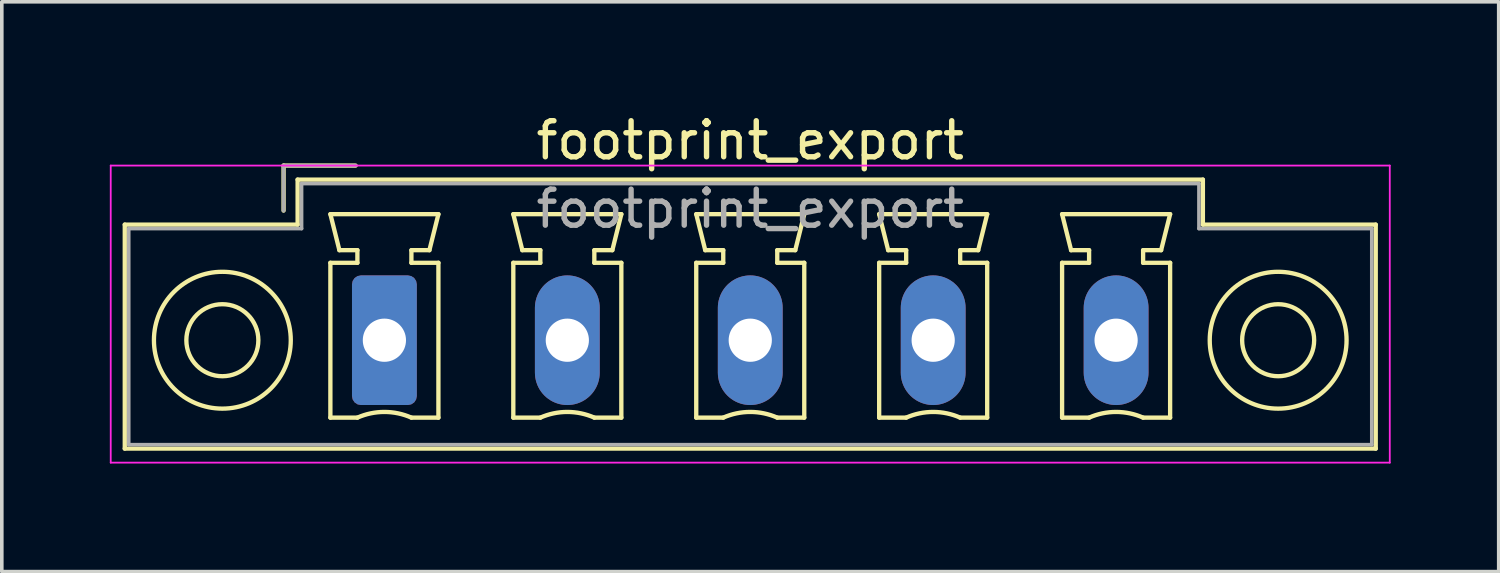
<source format=kicad_pcb>
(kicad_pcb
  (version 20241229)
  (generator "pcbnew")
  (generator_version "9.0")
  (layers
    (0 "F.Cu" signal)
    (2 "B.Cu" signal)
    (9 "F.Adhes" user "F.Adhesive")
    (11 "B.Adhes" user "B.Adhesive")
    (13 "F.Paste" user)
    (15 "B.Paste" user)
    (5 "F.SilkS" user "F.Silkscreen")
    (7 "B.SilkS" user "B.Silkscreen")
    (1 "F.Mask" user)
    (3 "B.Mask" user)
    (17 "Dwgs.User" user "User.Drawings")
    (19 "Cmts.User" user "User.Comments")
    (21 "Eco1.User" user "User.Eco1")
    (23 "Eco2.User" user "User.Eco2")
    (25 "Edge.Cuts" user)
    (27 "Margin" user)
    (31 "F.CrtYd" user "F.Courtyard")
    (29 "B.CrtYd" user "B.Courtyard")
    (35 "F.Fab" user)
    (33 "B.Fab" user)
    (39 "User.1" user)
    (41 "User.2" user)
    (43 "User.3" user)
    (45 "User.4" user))
  (footprint "footprint_export"
    (layer "F.Cu")
    (at 7.625 6.398)
    (property "Reference" "footprint_export" (at 10.16 -5.55 0) (layer "F.SilkS") (effects (font (size 1 1) (thickness 0.15))))
    (attr through_hole)
    (fp_line (start -7.21 -3.21) (end -7.21 3.01) (stroke (width 0.12) (type solid)) (layer "F.SilkS"))
    (fp_line (start -7.21 3.01) (end 27.53 3.01) (stroke (width 0.12) (type solid)) (layer "F.SilkS"))
    (fp_line (start -2.8 -4.85) (end -0.8 -4.85) (stroke (width 0.12) (type solid)) (layer "F.SilkS"))
    (fp_line (start -2.8 -3.6) (end -2.8 -4.85) (stroke (width 0.12) (type solid)) (layer "F.SilkS"))
    (fp_line (start -2.41 -4.46) (end -2.41 -3.21) (stroke (width 0.12) (type solid)) (layer "F.SilkS"))
    (fp_line (start -2.41 -3.21) (end -7.21 -3.21) (stroke (width 0.12) (type solid)) (layer "F.SilkS"))
    (fp_line (start -1.5 -3.5) (end 1.5 -3.5) (stroke (width 0.12) (type solid)) (layer "F.SilkS"))
    (fp_line (start -1.5 -2.15) (end -0.75 -2.15) (stroke (width 0.12) (type solid)) (layer "F.SilkS"))
    (fp_line (start -1.5 2.15) (end -1.5 -2.15) (stroke (width 0.12) (type solid)) (layer "F.SilkS"))
    (fp_line (start -1.25 -2.5) (end -1.5 -3.5) (stroke (width 0.12) (type solid)) (layer "F.SilkS"))
    (fp_line (start -0.75 -2.5) (end -1.25 -2.5) (stroke (width 0.12) (type solid)) (layer "F.SilkS"))
    (fp_line (start -0.75 -2.15) (end -0.75 -2.5) (stroke (width 0.12) (type solid)) (layer "F.SilkS"))
    (fp_line (start -0.75 2.15) (end -1.5 2.15) (stroke (width 0.12) (type solid)) (layer "F.SilkS"))
    (fp_line (start 0.75 -2.5) (end 0.75 -2.15) (stroke (width 0.12) (type solid)) (layer "F.SilkS"))
    (fp_line (start 0.75 -2.15) (end 1.5 -2.15) (stroke (width 0.12) (type solid)) (layer "F.SilkS"))
    (fp_line (start 1.25 -2.5) (end 0.75 -2.5) (stroke (width 0.12) (type solid)) (layer "F.SilkS"))
    (fp_line (start 1.5 -3.5) (end 1.25 -2.5) (stroke (width 0.12) (type solid)) (layer "F.SilkS"))
    (fp_line (start 1.5 -2.15) (end 1.5 2.15) (stroke (width 0.12) (type solid)) (layer "F.SilkS"))
    (fp_line (start 1.5 2.15) (end 0.75 2.15) (stroke (width 0.12) (type solid)) (layer "F.SilkS"))
    (fp_line (start 3.58 -3.5) (end 6.58 -3.5) (stroke (width 0.12) (type solid)) (layer "F.SilkS"))
    (fp_line (start 3.58 -2.15) (end 4.33 -2.15) (stroke (width 0.12) (type solid)) (layer "F.SilkS"))
    (fp_line (start 3.58 2.15) (end 3.58 -2.15) (stroke (width 0.12) (type solid)) (layer "F.SilkS"))
    (fp_line (start 3.83 -2.5) (end 3.58 -3.5) (stroke (width 0.12) (type solid)) (layer "F.SilkS"))
    (fp_line (start 4.33 -2.5) (end 3.83 -2.5) (stroke (width 0.12) (type solid)) (layer "F.SilkS"))
    (fp_line (start 4.33 -2.15) (end 4.33 -2.5) (stroke (width 0.12) (type solid)) (layer "F.SilkS"))
    (fp_line (start 4.33 2.15) (end 3.58 2.15) (stroke (width 0.12) (type solid)) (layer "F.SilkS"))
    (fp_line (start 5.83 -2.5) (end 5.83 -2.15) (stroke (width 0.12) (type solid)) (layer "F.SilkS"))
    (fp_line (start 5.83 -2.15) (end 6.58 -2.15) (stroke (width 0.12) (type solid)) (layer "F.SilkS"))
    (fp_line (start 6.33 -2.5) (end 5.83 -2.5) (stroke (width 0.12) (type solid)) (layer "F.SilkS"))
    (fp_line (start 6.58 -3.5) (end 6.33 -2.5) (stroke (width 0.12) (type solid)) (layer "F.SilkS"))
    (fp_line (start 6.58 -2.15) (end 6.58 2.15) (stroke (width 0.12) (type solid)) (layer "F.SilkS"))
    (fp_line (start 6.58 2.15) (end 5.83 2.15) (stroke (width 0.12) (type solid)) (layer "F.SilkS"))
    (fp_line (start 8.66 -3.5) (end 11.66 -3.5) (stroke (width 0.12) (type solid)) (layer "F.SilkS"))
    (fp_line (start 8.66 -2.15) (end 9.41 -2.15) (stroke (width 0.12) (type solid)) (layer "F.SilkS"))
    (fp_line (start 8.66 2.15) (end 8.66 -2.15) (stroke (width 0.12) (type solid)) (layer "F.SilkS"))
    (fp_line (start 8.91 -2.5) (end 8.66 -3.5) (stroke (width 0.12) (type solid)) (layer "F.SilkS"))
    (fp_line (start 9.41 -2.5) (end 8.91 -2.5) (stroke (width 0.12) (type solid)) (layer "F.SilkS"))
    (fp_line (start 9.41 -2.15) (end 9.41 -2.5) (stroke (width 0.12) (type solid)) (layer "F.SilkS"))
    (fp_line (start 9.41 2.15) (end 8.66 2.15) (stroke (width 0.12) (type solid)) (layer "F.SilkS"))
    (fp_line (start 10.91 -2.5) (end 10.91 -2.15) (stroke (width 0.12) (type solid)) (layer "F.SilkS"))
    (fp_line (start 10.91 -2.15) (end 11.66 -2.15) (stroke (width 0.12) (type solid)) (layer "F.SilkS"))
    (fp_line (start 11.41 -2.5) (end 10.91 -2.5) (stroke (width 0.12) (type solid)) (layer "F.SilkS"))
    (fp_line (start 11.66 -3.5) (end 11.41 -2.5) (stroke (width 0.12) (type solid)) (layer "F.SilkS"))
    (fp_line (start 11.66 -2.15) (end 11.66 2.15) (stroke (width 0.12) (type solid)) (layer "F.SilkS"))
    (fp_line (start 11.66 2.15) (end 10.91 2.15) (stroke (width 0.12) (type solid)) (layer "F.SilkS"))
    (fp_line (start 13.74 -3.5) (end 16.74 -3.5) (stroke (width 0.12) (type solid)) (layer "F.SilkS"))
    (fp_line (start 13.74 -2.15) (end 14.49 -2.15) (stroke (width 0.12) (type solid)) (layer "F.SilkS"))
    (fp_line (start 13.74 2.15) (end 13.74 -2.15) (stroke (width 0.12) (type solid)) (layer "F.SilkS"))
    (fp_line (start 13.99 -2.5) (end 13.74 -3.5) (stroke (width 0.12) (type solid)) (layer "F.SilkS"))
    (fp_line (start 14.49 -2.5) (end 13.99 -2.5) (stroke (width 0.12) (type solid)) (layer "F.SilkS"))
    (fp_line (start 14.49 -2.15) (end 14.49 -2.5) (stroke (width 0.12) (type solid)) (layer "F.SilkS"))
    (fp_line (start 14.49 2.15) (end 13.74 2.15) (stroke (width 0.12) (type solid)) (layer "F.SilkS"))
    (fp_line (start 15.99 -2.5) (end 15.99 -2.15) (stroke (width 0.12) (type solid)) (layer "F.SilkS"))
    (fp_line (start 15.99 -2.15) (end 16.74 -2.15) (stroke (width 0.12) (type solid)) (layer "F.SilkS"))
    (fp_line (start 16.49 -2.5) (end 15.99 -2.5) (stroke (width 0.12) (type solid)) (layer "F.SilkS"))
    (fp_line (start 16.74 -3.5) (end 16.49 -2.5) (stroke (width 0.12) (type solid)) (layer "F.SilkS"))
    (fp_line (start 16.74 -2.15) (end 16.74 2.15) (stroke (width 0.12) (type solid)) (layer "F.SilkS"))
    (fp_line (start 16.74 2.15) (end 15.99 2.15) (stroke (width 0.12) (type solid)) (layer "F.SilkS"))
    (fp_line (start 18.82 -3.5) (end 21.82 -3.5) (stroke (width 0.12) (type solid)) (layer "F.SilkS"))
    (fp_line (start 18.82 -2.15) (end 19.57 -2.15) (stroke (width 0.12) (type solid)) (layer "F.SilkS"))
    (fp_line (start 18.82 2.15) (end 18.82 -2.15) (stroke (width 0.12) (type solid)) (layer "F.SilkS"))
    (fp_line (start 19.07 -2.5) (end 18.82 -3.5) (stroke (width 0.12) (type solid)) (layer "F.SilkS"))
    (fp_line (start 19.57 -2.5) (end 19.07 -2.5) (stroke (width 0.12) (type solid)) (layer "F.SilkS"))
    (fp_line (start 19.57 -2.15) (end 19.57 -2.5) (stroke (width 0.12) (type solid)) (layer "F.SilkS"))
    (fp_line (start 19.57 2.15) (end 18.82 2.15) (stroke (width 0.12) (type solid)) (layer "F.SilkS"))
    (fp_line (start 21.07 -2.5) (end 21.07 -2.15) (stroke (width 0.12) (type solid)) (layer "F.SilkS"))
    (fp_line (start 21.07 -2.15) (end 21.82 -2.15) (stroke (width 0.12) (type solid)) (layer "F.SilkS"))
    (fp_line (start 21.57 -2.5) (end 21.07 -2.5) (stroke (width 0.12) (type solid)) (layer "F.SilkS"))
    (fp_line (start 21.82 -3.5) (end 21.57 -2.5) (stroke (width 0.12) (type solid)) (layer "F.SilkS"))
    (fp_line (start 21.82 -2.15) (end 21.82 2.15) (stroke (width 0.12) (type solid)) (layer "F.SilkS"))
    (fp_line (start 21.82 2.15) (end 21.07 2.15) (stroke (width 0.12) (type solid)) (layer "F.SilkS"))
    (fp_line (start 22.73 -4.46) (end -2.41 -4.46) (stroke (width 0.12) (type solid)) (layer "F.SilkS"))
    (fp_line (start 22.73 -3.21) (end 22.73 -4.46) (stroke (width 0.12) (type solid)) (layer "F.SilkS"))
    (fp_line (start 27.53 -3.21) (end 22.73 -3.21) (stroke (width 0.12) (type solid)) (layer "F.SilkS"))
    (fp_line (start 27.53 3.01) (end 27.53 -3.21) (stroke (width 0.12) (type solid)) (layer "F.SilkS"))
    (fp_arc (start -0.75 2.15) (mid -0.000193 1.99191) (end 0.749647 2.149844) (stroke (width 0.12) (type solid)) (layer "F.SilkS"))
    (fp_arc (start 4.33 2.15) (mid 5.079807 1.99191) (end 5.829647 2.149844) (stroke (width 0.12) (type solid)) (layer "F.SilkS"))
    (fp_arc (start 9.41 2.15) (mid 10.159807 1.99191) (end 10.909647 2.149844) (stroke (width 0.12) (type solid)) (layer "F.SilkS"))
    (fp_arc (start 14.49 2.15) (mid 15.239807 1.99191) (end 15.989647 2.149844) (stroke (width 0.12) (type solid)) (layer "F.SilkS"))
    (fp_arc (start 19.57 2.15) (mid 20.319807 1.99191) (end 21.069647 2.149844) (stroke (width 0.12) (type solid)) (layer "F.SilkS"))
    (fp_circle (center -4.5 0) (end -3.5 0) (stroke (width 0.12) (type solid)) (fill no) (layer "F.SilkS"))
    (fp_circle (center -4.5 0) (end -2.6 0) (stroke (width 0.12) (type solid)) (fill no) (layer "F.SilkS"))
    (fp_circle (center 24.82 0) (end 25.82 0) (stroke (width 0.12) (type solid)) (fill no) (layer "F.SilkS"))
    (fp_circle (center 24.82 0) (end 26.72 0) (stroke (width 0.12) (type solid)) (fill no) (layer "F.SilkS"))
    (fp_line (start -7.6 -4.85) (end -7.6 3.4) (stroke (width 0.05) (type solid)) (layer "F.CrtYd"))
    (fp_line (start -7.6 3.4) (end 27.92 3.4) (stroke (width 0.05) (type solid)) (layer "F.CrtYd"))
    (fp_line (start 27.92 -4.85) (end -7.6 -4.85) (stroke (width 0.05) (type solid)) (layer "F.CrtYd"))
    (fp_line (start 27.92 3.4) (end 27.92 -4.85) (stroke (width 0.05) (type solid)) (layer "F.CrtYd"))
    (fp_line (start -7.1 -3.1) (end -7.1 2.9) (stroke (width 0.1) (type solid)) (layer "F.Fab"))
    (fp_line (start -7.1 2.9) (end 27.42 2.9) (stroke (width 0.1) (type solid)) (layer "F.Fab"))
    (fp_line (start -2.8 -4.85) (end -0.8 -4.85) (stroke (width 0.1) (type solid)) (layer "F.Fab"))
    (fp_line (start -2.8 -3.6) (end -2.8 -4.85) (stroke (width 0.1) (type solid)) (layer "F.Fab"))
    (fp_line (start -2.3 -4.35) (end -2.3 -3.1) (stroke (width 0.1) (type solid)) (layer "F.Fab"))
    (fp_line (start -2.3 -3.1) (end -7.1 -3.1) (stroke (width 0.1) (type solid)) (layer "F.Fab"))
    (fp_line (start 22.62 -4.35) (end -2.3 -4.35) (stroke (width 0.1) (type solid)) (layer "F.Fab"))
    (fp_line (start 22.62 -3.1) (end 22.62 -4.35) (stroke (width 0.1) (type solid)) (layer "F.Fab"))
    (fp_line (start 27.42 -3.1) (end 22.62 -3.1) (stroke (width 0.1) (type solid)) (layer "F.Fab"))
    (fp_line (start 27.42 2.9) (end 27.42 -3.1) (stroke (width 0.1) (type solid)) (layer "F.Fab"))
    (fp_text user "${REFERENCE}" (at 10.16 -3.65 0) (layer "F.Fab") (effects (font (size 1 1) (thickness 0.15))))
    (pad "1" thru_hole roundrect (at 0 0) (size 1.8 3.6) (drill 1.2) (layers "*.Cu" "*.Mask") (roundrect_rratio 0.139))
    (pad "2" thru_hole oval (at 5.08 0) (size 1.8 3.6) (drill 1.2) (layers "*.Cu" "*.Mask"))
    (pad "3" thru_hole oval (at 10.16 0) (size 1.8 3.6) (drill 1.2) (layers "*.Cu" "*.Mask"))
    (pad "4" thru_hole oval (at 15.24 0) (size 1.8 3.6) (drill 1.2) (layers "*.Cu" "*.Mask"))
    (pad "5" thru_hole oval (at 20.32 0) (size 1.8 3.6) (drill 1.2) (layers "*.Cu" "*.Mask")))
  (gr_rect
    (start -3 -3)
    (end 38.57 12.823)
    (stroke (width 0.1) (type default))
    (fill no)
    (layer "Edge.Cuts")))
</source>
